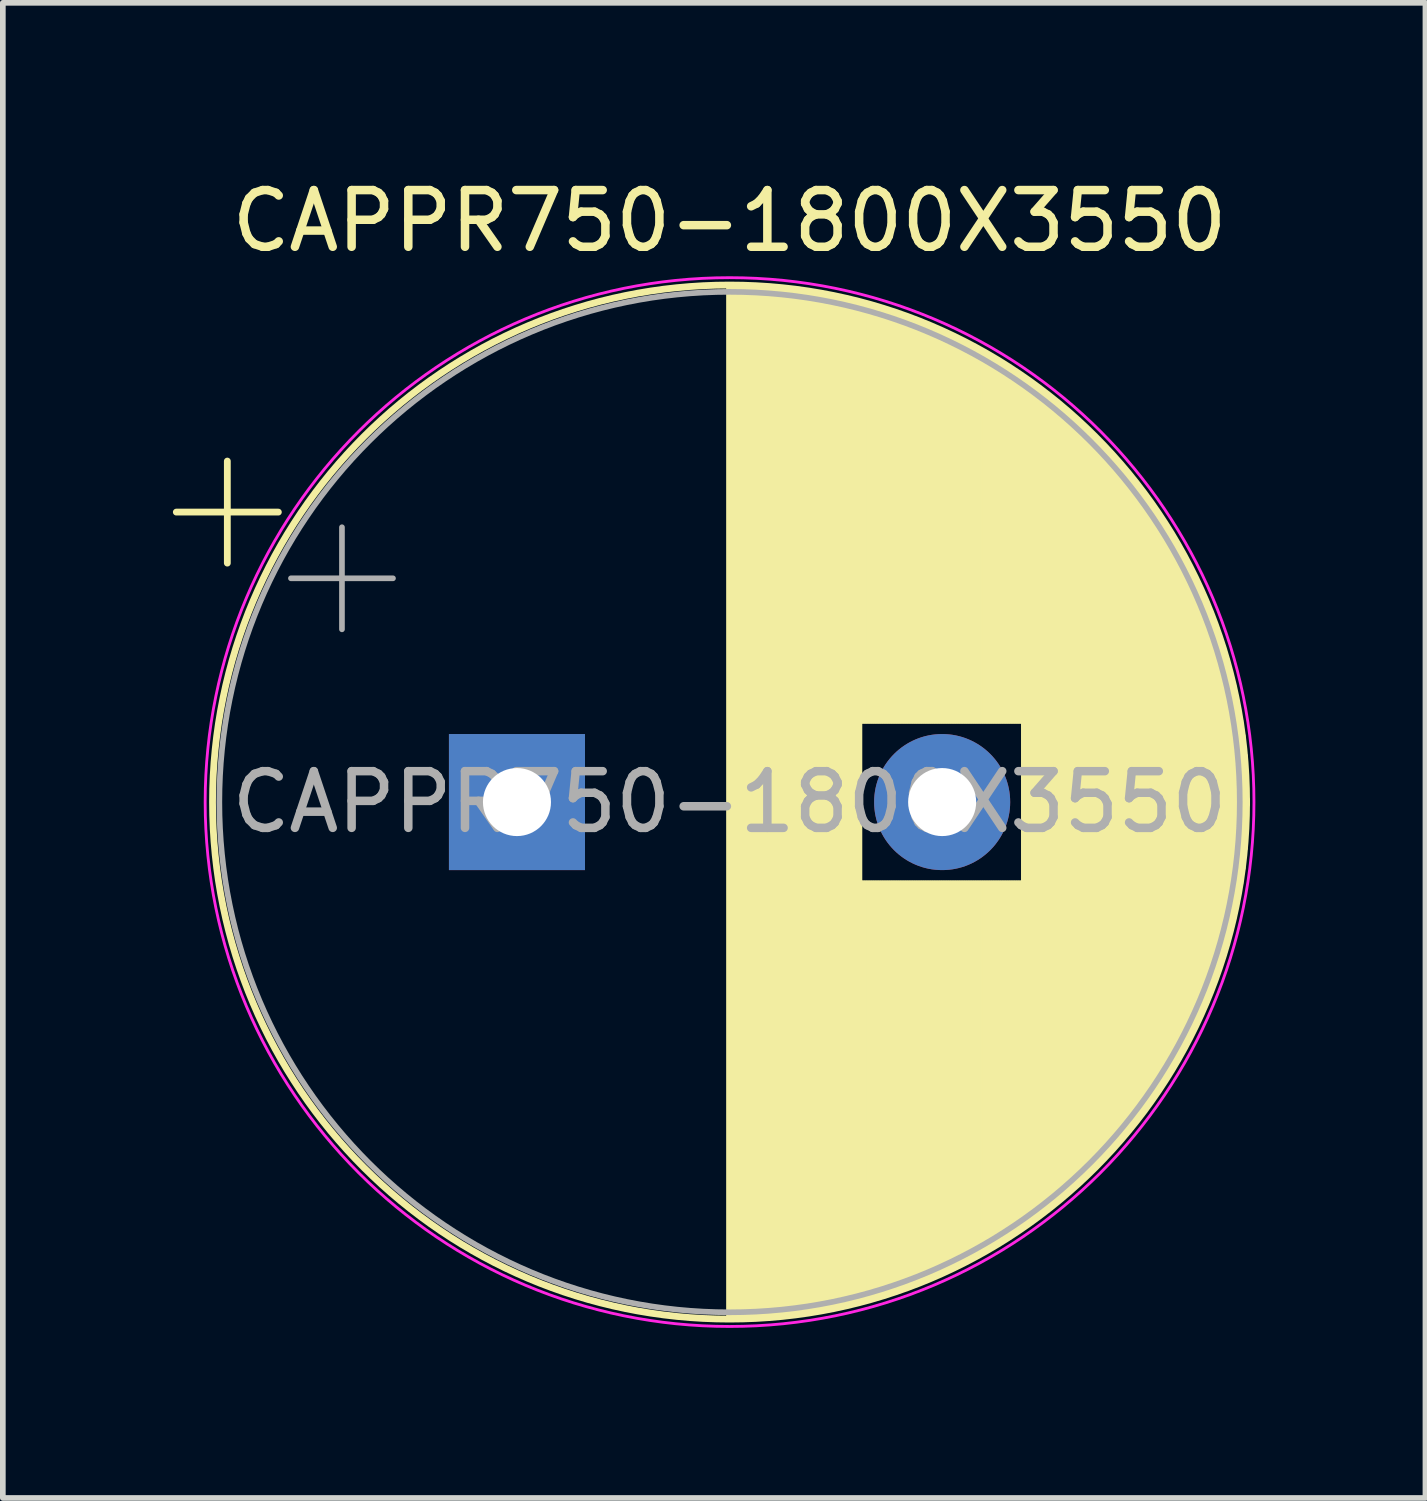
<source format=kicad_pcb>
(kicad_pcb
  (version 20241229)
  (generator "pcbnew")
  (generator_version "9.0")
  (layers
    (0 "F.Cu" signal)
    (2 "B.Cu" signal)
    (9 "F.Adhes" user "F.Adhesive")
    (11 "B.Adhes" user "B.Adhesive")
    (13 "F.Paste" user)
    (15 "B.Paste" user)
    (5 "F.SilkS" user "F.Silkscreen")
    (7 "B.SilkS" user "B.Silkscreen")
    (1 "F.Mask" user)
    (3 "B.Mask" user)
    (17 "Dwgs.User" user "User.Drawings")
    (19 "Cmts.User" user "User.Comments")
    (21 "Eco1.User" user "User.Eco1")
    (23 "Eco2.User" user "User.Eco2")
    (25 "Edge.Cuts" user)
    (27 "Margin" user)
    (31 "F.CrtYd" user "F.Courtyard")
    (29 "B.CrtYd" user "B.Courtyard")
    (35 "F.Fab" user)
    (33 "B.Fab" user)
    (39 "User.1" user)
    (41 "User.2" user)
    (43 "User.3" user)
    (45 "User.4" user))
  (footprint "CAPPR750-1800X3550"
    (layer "F.Cu")
    (at 6.069 11.098)
    (property "Reference" "CAPPR750-1800X3550" (at 3.75 -10.25 0) (layer "F.SilkS") (effects (font (size 1 1) (thickness 0.15))))
    (attr through_hole)
    (fp_line (start -6.009 -5.115) (end -4.209 -5.115) (stroke (width 0.12) (type solid)) (layer "F.SilkS"))
    (fp_line (start -5.109 -6.015) (end -5.109 -4.215) (stroke (width 0.12) (type solid)) (layer "F.SilkS"))
    (fp_line (start 3.75 -9.081) (end 3.75 9.081) (stroke (width 0.12) (type solid)) (layer "F.SilkS"))
    (fp_line (start 3.79 -9.08) (end 3.79 9.08) (stroke (width 0.12) (type solid)) (layer "F.SilkS"))
    (fp_line (start 3.83 -9.08) (end 3.83 9.08) (stroke (width 0.12) (type solid)) (layer "F.SilkS"))
    (fp_line (start 3.87 -9.08) (end 3.87 9.08) (stroke (width 0.12) (type solid)) (layer "F.SilkS"))
    (fp_line (start 3.91 -9.079) (end 3.91 9.079) (stroke (width 0.12) (type solid)) (layer "F.SilkS"))
    (fp_line (start 3.95 -9.078) (end 3.95 9.078) (stroke (width 0.12) (type solid)) (layer "F.SilkS"))
    (fp_line (start 3.99 -9.077) (end 3.99 9.077) (stroke (width 0.12) (type solid)) (layer "F.SilkS"))
    (fp_line (start 4.03 -9.076) (end 4.03 9.076) (stroke (width 0.12) (type solid)) (layer "F.SilkS"))
    (fp_line (start 4.07 -9.075) (end 4.07 9.075) (stroke (width 0.12) (type solid)) (layer "F.SilkS"))
    (fp_line (start 4.11 -9.073) (end 4.11 9.073) (stroke (width 0.12) (type solid)) (layer "F.SilkS"))
    (fp_line (start 4.15 -9.072) (end 4.15 9.072) (stroke (width 0.12) (type solid)) (layer "F.SilkS"))
    (fp_line (start 4.19 -9.07) (end 4.19 9.07) (stroke (width 0.12) (type solid)) (layer "F.SilkS"))
    (fp_line (start 4.23 -9.068) (end 4.23 9.068) (stroke (width 0.12) (type solid)) (layer "F.SilkS"))
    (fp_line (start 4.27 -9.066) (end 4.27 9.066) (stroke (width 0.12) (type solid)) (layer "F.SilkS"))
    (fp_line (start 4.31 -9.063) (end 4.31 9.063) (stroke (width 0.12) (type solid)) (layer "F.SilkS"))
    (fp_line (start 4.35 -9.061) (end 4.35 9.061) (stroke (width 0.12) (type solid)) (layer "F.SilkS"))
    (fp_line (start 4.39 -9.058) (end 4.39 9.058) (stroke (width 0.12) (type solid)) (layer "F.SilkS"))
    (fp_line (start 4.43 -9.055) (end 4.43 9.055) (stroke (width 0.12) (type solid)) (layer "F.SilkS"))
    (fp_line (start 4.471 -9.052) (end 4.471 9.052) (stroke (width 0.12) (type solid)) (layer "F.SilkS"))
    (fp_line (start 4.511 -9.049) (end 4.511 9.049) (stroke (width 0.12) (type solid)) (layer "F.SilkS"))
    (fp_line (start 4.551 -9.045) (end 4.551 9.045) (stroke (width 0.12) (type solid)) (layer "F.SilkS"))
    (fp_line (start 4.591 -9.042) (end 4.591 9.042) (stroke (width 0.12) (type solid)) (layer "F.SilkS"))
    (fp_line (start 4.631 -9.038) (end 4.631 9.038) (stroke (width 0.12) (type solid)) (layer "F.SilkS"))
    (fp_line (start 4.671 -9.034) (end 4.671 9.034) (stroke (width 0.12) (type solid)) (layer "F.SilkS"))
    (fp_line (start 4.711 -9.03) (end 4.711 9.03) (stroke (width 0.12) (type solid)) (layer "F.SilkS"))
    (fp_line (start 4.751 -9.026) (end 4.751 9.026) (stroke (width 0.12) (type solid)) (layer "F.SilkS"))
    (fp_line (start 4.791 -9.021) (end 4.791 9.021) (stroke (width 0.12) (type solid)) (layer "F.SilkS"))
    (fp_line (start 4.831 -9.016) (end 4.831 9.016) (stroke (width 0.12) (type solid)) (layer "F.SilkS"))
    (fp_line (start 4.871 -9.011) (end 4.871 9.011) (stroke (width 0.12) (type solid)) (layer "F.SilkS"))
    (fp_line (start 4.911 -9.006) (end 4.911 9.006) (stroke (width 0.12) (type solid)) (layer "F.SilkS"))
    (fp_line (start 4.951 -9.001) (end 4.951 9.001) (stroke (width 0.12) (type solid)) (layer "F.SilkS"))
    (fp_line (start 4.991 -8.996) (end 4.991 8.996) (stroke (width 0.12) (type solid)) (layer "F.SilkS"))
    (fp_line (start 5.031 -8.99) (end 5.031 8.99) (stroke (width 0.12) (type solid)) (layer "F.SilkS"))
    (fp_line (start 5.071 -8.984) (end 5.071 8.984) (stroke (width 0.12) (type solid)) (layer "F.SilkS"))
    (fp_line (start 5.111 -8.979) (end 5.111 8.979) (stroke (width 0.12) (type solid)) (layer "F.SilkS"))
    (fp_line (start 5.151 -8.972) (end 5.151 8.972) (stroke (width 0.12) (type solid)) (layer "F.SilkS"))
    (fp_line (start 5.191 -8.966) (end 5.191 8.966) (stroke (width 0.12) (type solid)) (layer "F.SilkS"))
    (fp_line (start 5.231 -8.96) (end 5.231 8.96) (stroke (width 0.12) (type solid)) (layer "F.SilkS"))
    (fp_line (start 5.271 -8.953) (end 5.271 8.953) (stroke (width 0.12) (type solid)) (layer "F.SilkS"))
    (fp_line (start 5.311 -8.946) (end 5.311 8.946) (stroke (width 0.12) (type solid)) (layer "F.SilkS"))
    (fp_line (start 5.351 -8.939) (end 5.351 8.939) (stroke (width 0.12) (type solid)) (layer "F.SilkS"))
    (fp_line (start 5.391 -8.932) (end 5.391 8.932) (stroke (width 0.12) (type solid)) (layer "F.SilkS"))
    (fp_line (start 5.431 -8.924) (end 5.431 8.924) (stroke (width 0.12) (type solid)) (layer "F.SilkS"))
    (fp_line (start 5.471 -8.917) (end 5.471 8.917) (stroke (width 0.12) (type solid)) (layer "F.SilkS"))
    (fp_line (start 5.511 -8.909) (end 5.511 8.909) (stroke (width 0.12) (type solid)) (layer "F.SilkS"))
    (fp_line (start 5.551 -8.901) (end 5.551 8.901) (stroke (width 0.12) (type solid)) (layer "F.SilkS"))
    (fp_line (start 5.591 -8.893) (end 5.591 8.893) (stroke (width 0.12) (type solid)) (layer "F.SilkS"))
    (fp_line (start 5.631 -8.885) (end 5.631 8.885) (stroke (width 0.12) (type solid)) (layer "F.SilkS"))
    (fp_line (start 5.671 -8.876) (end 5.671 8.876) (stroke (width 0.12) (type solid)) (layer "F.SilkS"))
    (fp_line (start 5.711 -8.867) (end 5.711 8.867) (stroke (width 0.12) (type solid)) (layer "F.SilkS"))
    (fp_line (start 5.751 -8.858) (end 5.751 8.858) (stroke (width 0.12) (type solid)) (layer "F.SilkS"))
    (fp_line (start 5.791 -8.849) (end 5.791 8.849) (stroke (width 0.12) (type solid)) (layer "F.SilkS"))
    (fp_line (start 5.831 -8.84) (end 5.831 8.84) (stroke (width 0.12) (type solid)) (layer "F.SilkS"))
    (fp_line (start 5.871 -8.831) (end 5.871 8.831) (stroke (width 0.12) (type solid)) (layer "F.SilkS"))
    (fp_line (start 5.911 -8.821) (end 5.911 8.821) (stroke (width 0.12) (type solid)) (layer "F.SilkS"))
    (fp_line (start 5.951 -8.811) (end 5.951 8.811) (stroke (width 0.12) (type solid)) (layer "F.SilkS"))
    (fp_line (start 5.991 -8.801) (end 5.991 8.801) (stroke (width 0.12) (type solid)) (layer "F.SilkS"))
    (fp_line (start 6.031 -8.791) (end 6.031 8.791) (stroke (width 0.12) (type solid)) (layer "F.SilkS"))
    (fp_line (start 6.071 -8.78) (end 6.071 -1.44) (stroke (width 0.12) (type solid)) (layer "F.SilkS"))
    (fp_line (start 6.071 1.44) (end 6.071 8.78) (stroke (width 0.12) (type solid)) (layer "F.SilkS"))
    (fp_line (start 6.111 -8.77) (end 6.111 -1.44) (stroke (width 0.12) (type solid)) (layer "F.SilkS"))
    (fp_line (start 6.111 1.44) (end 6.111 8.77) (stroke (width 0.12) (type solid)) (layer "F.SilkS"))
    (fp_line (start 6.151 -8.759) (end 6.151 -1.44) (stroke (width 0.12) (type solid)) (layer "F.SilkS"))
    (fp_line (start 6.151 1.44) (end 6.151 8.759) (stroke (width 0.12) (type solid)) (layer "F.SilkS"))
    (fp_line (start 6.191 -8.748) (end 6.191 -1.44) (stroke (width 0.12) (type solid)) (layer "F.SilkS"))
    (fp_line (start 6.191 1.44) (end 6.191 8.748) (stroke (width 0.12) (type solid)) (layer "F.SilkS"))
    (fp_line (start 6.231 -8.737) (end 6.231 -1.44) (stroke (width 0.12) (type solid)) (layer "F.SilkS"))
    (fp_line (start 6.231 1.44) (end 6.231 8.737) (stroke (width 0.12) (type solid)) (layer "F.SilkS"))
    (fp_line (start 6.271 -8.725) (end 6.271 -1.44) (stroke (width 0.12) (type solid)) (layer "F.SilkS"))
    (fp_line (start 6.271 1.44) (end 6.271 8.725) (stroke (width 0.12) (type solid)) (layer "F.SilkS"))
    (fp_line (start 6.311 -8.714) (end 6.311 -1.44) (stroke (width 0.12) (type solid)) (layer "F.SilkS"))
    (fp_line (start 6.311 1.44) (end 6.311 8.714) (stroke (width 0.12) (type solid)) (layer "F.SilkS"))
    (fp_line (start 6.351 -8.702) (end 6.351 -1.44) (stroke (width 0.12) (type solid)) (layer "F.SilkS"))
    (fp_line (start 6.351 1.44) (end 6.351 8.702) (stroke (width 0.12) (type solid)) (layer "F.SilkS"))
    (fp_line (start 6.391 -8.69) (end 6.391 -1.44) (stroke (width 0.12) (type solid)) (layer "F.SilkS"))
    (fp_line (start 6.391 1.44) (end 6.391 8.69) (stroke (width 0.12) (type solid)) (layer "F.SilkS"))
    (fp_line (start 6.431 -8.678) (end 6.431 -1.44) (stroke (width 0.12) (type solid)) (layer "F.SilkS"))
    (fp_line (start 6.431 1.44) (end 6.431 8.678) (stroke (width 0.12) (type solid)) (layer "F.SilkS"))
    (fp_line (start 6.471 -8.665) (end 6.471 -1.44) (stroke (width 0.12) (type solid)) (layer "F.SilkS"))
    (fp_line (start 6.471 1.44) (end 6.471 8.665) (stroke (width 0.12) (type solid)) (layer "F.SilkS"))
    (fp_line (start 6.511 -8.653) (end 6.511 -1.44) (stroke (width 0.12) (type solid)) (layer "F.SilkS"))
    (fp_line (start 6.511 1.44) (end 6.511 8.653) (stroke (width 0.12) (type solid)) (layer "F.SilkS"))
    (fp_line (start 6.551 -8.64) (end 6.551 -1.44) (stroke (width 0.12) (type solid)) (layer "F.SilkS"))
    (fp_line (start 6.551 1.44) (end 6.551 8.64) (stroke (width 0.12) (type solid)) (layer "F.SilkS"))
    (fp_line (start 6.591 -8.627) (end 6.591 -1.44) (stroke (width 0.12) (type solid)) (layer "F.SilkS"))
    (fp_line (start 6.591 1.44) (end 6.591 8.627) (stroke (width 0.12) (type solid)) (layer "F.SilkS"))
    (fp_line (start 6.631 -8.614) (end 6.631 -1.44) (stroke (width 0.12) (type solid)) (layer "F.SilkS"))
    (fp_line (start 6.631 1.44) (end 6.631 8.614) (stroke (width 0.12) (type solid)) (layer "F.SilkS"))
    (fp_line (start 6.671 -8.6) (end 6.671 -1.44) (stroke (width 0.12) (type solid)) (layer "F.SilkS"))
    (fp_line (start 6.671 1.44) (end 6.671 8.6) (stroke (width 0.12) (type solid)) (layer "F.SilkS"))
    (fp_line (start 6.711 -8.587) (end 6.711 -1.44) (stroke (width 0.12) (type solid)) (layer "F.SilkS"))
    (fp_line (start 6.711 1.44) (end 6.711 8.587) (stroke (width 0.12) (type solid)) (layer "F.SilkS"))
    (fp_line (start 6.751 -8.573) (end 6.751 -1.44) (stroke (width 0.12) (type solid)) (layer "F.SilkS"))
    (fp_line (start 6.751 1.44) (end 6.751 8.573) (stroke (width 0.12) (type solid)) (layer "F.SilkS"))
    (fp_line (start 6.791 -8.559) (end 6.791 -1.44) (stroke (width 0.12) (type solid)) (layer "F.SilkS"))
    (fp_line (start 6.791 1.44) (end 6.791 8.559) (stroke (width 0.12) (type solid)) (layer "F.SilkS"))
    (fp_line (start 6.831 -8.545) (end 6.831 -1.44) (stroke (width 0.12) (type solid)) (layer "F.SilkS"))
    (fp_line (start 6.831 1.44) (end 6.831 8.545) (stroke (width 0.12) (type solid)) (layer "F.SilkS"))
    (fp_line (start 6.871 -8.53) (end 6.871 -1.44) (stroke (width 0.12) (type solid)) (layer "F.SilkS"))
    (fp_line (start 6.871 1.44) (end 6.871 8.53) (stroke (width 0.12) (type solid)) (layer "F.SilkS"))
    (fp_line (start 6.911 -8.516) (end 6.911 -1.44) (stroke (width 0.12) (type solid)) (layer "F.SilkS"))
    (fp_line (start 6.911 1.44) (end 6.911 8.516) (stroke (width 0.12) (type solid)) (layer "F.SilkS"))
    (fp_line (start 6.951 -8.501) (end 6.951 -1.44) (stroke (width 0.12) (type solid)) (layer "F.SilkS"))
    (fp_line (start 6.951 1.44) (end 6.951 8.501) (stroke (width 0.12) (type solid)) (layer "F.SilkS"))
    (fp_line (start 6.991 -8.486) (end 6.991 -1.44) (stroke (width 0.12) (type solid)) (layer "F.SilkS"))
    (fp_line (start 6.991 1.44) (end 6.991 8.486) (stroke (width 0.12) (type solid)) (layer "F.SilkS"))
    (fp_line (start 7.031 -8.47) (end 7.031 -1.44) (stroke (width 0.12) (type solid)) (layer "F.SilkS"))
    (fp_line (start 7.031 1.44) (end 7.031 8.47) (stroke (width 0.12) (type solid)) (layer "F.SilkS"))
    (fp_line (start 7.071 -8.455) (end 7.071 -1.44) (stroke (width 0.12) (type solid)) (layer "F.SilkS"))
    (fp_line (start 7.071 1.44) (end 7.071 8.455) (stroke (width 0.12) (type solid)) (layer "F.SilkS"))
    (fp_line (start 7.111 -8.439) (end 7.111 -1.44) (stroke (width 0.12) (type solid)) (layer "F.SilkS"))
    (fp_line (start 7.111 1.44) (end 7.111 8.439) (stroke (width 0.12) (type solid)) (layer "F.SilkS"))
    (fp_line (start 7.151 -8.423) (end 7.151 -1.44) (stroke (width 0.12) (type solid)) (layer "F.SilkS"))
    (fp_line (start 7.151 1.44) (end 7.151 8.423) (stroke (width 0.12) (type solid)) (layer "F.SilkS"))
    (fp_line (start 7.191 -8.407) (end 7.191 -1.44) (stroke (width 0.12) (type solid)) (layer "F.SilkS"))
    (fp_line (start 7.191 1.44) (end 7.191 8.407) (stroke (width 0.12) (type solid)) (layer "F.SilkS"))
    (fp_line (start 7.231 -8.39) (end 7.231 -1.44) (stroke (width 0.12) (type solid)) (layer "F.SilkS"))
    (fp_line (start 7.231 1.44) (end 7.231 8.39) (stroke (width 0.12) (type solid)) (layer "F.SilkS"))
    (fp_line (start 7.271 -8.374) (end 7.271 -1.44) (stroke (width 0.12) (type solid)) (layer "F.SilkS"))
    (fp_line (start 7.271 1.44) (end 7.271 8.374) (stroke (width 0.12) (type solid)) (layer "F.SilkS"))
    (fp_line (start 7.311 -8.357) (end 7.311 -1.44) (stroke (width 0.12) (type solid)) (layer "F.SilkS"))
    (fp_line (start 7.311 1.44) (end 7.311 8.357) (stroke (width 0.12) (type solid)) (layer "F.SilkS"))
    (fp_line (start 7.351 -8.34) (end 7.351 -1.44) (stroke (width 0.12) (type solid)) (layer "F.SilkS"))
    (fp_line (start 7.351 1.44) (end 7.351 8.34) (stroke (width 0.12) (type solid)) (layer "F.SilkS"))
    (fp_line (start 7.391 -8.323) (end 7.391 -1.44) (stroke (width 0.12) (type solid)) (layer "F.SilkS"))
    (fp_line (start 7.391 1.44) (end 7.391 8.323) (stroke (width 0.12) (type solid)) (layer "F.SilkS"))
    (fp_line (start 7.431 -8.305) (end 7.431 -1.44) (stroke (width 0.12) (type solid)) (layer "F.SilkS"))
    (fp_line (start 7.431 1.44) (end 7.431 8.305) (stroke (width 0.12) (type solid)) (layer "F.SilkS"))
    (fp_line (start 7.471 -8.287) (end 7.471 -1.44) (stroke (width 0.12) (type solid)) (layer "F.SilkS"))
    (fp_line (start 7.471 1.44) (end 7.471 8.287) (stroke (width 0.12) (type solid)) (layer "F.SilkS"))
    (fp_line (start 7.511 -8.269) (end 7.511 -1.44) (stroke (width 0.12) (type solid)) (layer "F.SilkS"))
    (fp_line (start 7.511 1.44) (end 7.511 8.269) (stroke (width 0.12) (type solid)) (layer "F.SilkS"))
    (fp_line (start 7.551 -8.251) (end 7.551 -1.44) (stroke (width 0.12) (type solid)) (layer "F.SilkS"))
    (fp_line (start 7.551 1.44) (end 7.551 8.251) (stroke (width 0.12) (type solid)) (layer "F.SilkS"))
    (fp_line (start 7.591 -8.233) (end 7.591 -1.44) (stroke (width 0.12) (type solid)) (layer "F.SilkS"))
    (fp_line (start 7.591 1.44) (end 7.591 8.233) (stroke (width 0.12) (type solid)) (layer "F.SilkS"))
    (fp_line (start 7.631 -8.214) (end 7.631 -1.44) (stroke (width 0.12) (type solid)) (layer "F.SilkS"))
    (fp_line (start 7.631 1.44) (end 7.631 8.214) (stroke (width 0.12) (type solid)) (layer "F.SilkS"))
    (fp_line (start 7.671 -8.195) (end 7.671 -1.44) (stroke (width 0.12) (type solid)) (layer "F.SilkS"))
    (fp_line (start 7.671 1.44) (end 7.671 8.195) (stroke (width 0.12) (type solid)) (layer "F.SilkS"))
    (fp_line (start 7.711 -8.176) (end 7.711 -1.44) (stroke (width 0.12) (type solid)) (layer "F.SilkS"))
    (fp_line (start 7.711 1.44) (end 7.711 8.176) (stroke (width 0.12) (type solid)) (layer "F.SilkS"))
    (fp_line (start 7.751 -8.156) (end 7.751 -1.44) (stroke (width 0.12) (type solid)) (layer "F.SilkS"))
    (fp_line (start 7.751 1.44) (end 7.751 8.156) (stroke (width 0.12) (type solid)) (layer "F.SilkS"))
    (fp_line (start 7.791 -8.137) (end 7.791 -1.44) (stroke (width 0.12) (type solid)) (layer "F.SilkS"))
    (fp_line (start 7.791 1.44) (end 7.791 8.137) (stroke (width 0.12) (type solid)) (layer "F.SilkS"))
    (fp_line (start 7.831 -8.117) (end 7.831 -1.44) (stroke (width 0.12) (type solid)) (layer "F.SilkS"))
    (fp_line (start 7.831 1.44) (end 7.831 8.117) (stroke (width 0.12) (type solid)) (layer "F.SilkS"))
    (fp_line (start 7.871 -8.097) (end 7.871 -1.44) (stroke (width 0.12) (type solid)) (layer "F.SilkS"))
    (fp_line (start 7.871 1.44) (end 7.871 8.097) (stroke (width 0.12) (type solid)) (layer "F.SilkS"))
    (fp_line (start 7.911 -8.076) (end 7.911 -1.44) (stroke (width 0.12) (type solid)) (layer "F.SilkS"))
    (fp_line (start 7.911 1.44) (end 7.911 8.076) (stroke (width 0.12) (type solid)) (layer "F.SilkS"))
    (fp_line (start 7.951 -8.056) (end 7.951 -1.44) (stroke (width 0.12) (type solid)) (layer "F.SilkS"))
    (fp_line (start 7.951 1.44) (end 7.951 8.056) (stroke (width 0.12) (type solid)) (layer "F.SilkS"))
    (fp_line (start 7.991 -8.035) (end 7.991 -1.44) (stroke (width 0.12) (type solid)) (layer "F.SilkS"))
    (fp_line (start 7.991 1.44) (end 7.991 8.035) (stroke (width 0.12) (type solid)) (layer "F.SilkS"))
    (fp_line (start 8.031 -8.014) (end 8.031 -1.44) (stroke (width 0.12) (type solid)) (layer "F.SilkS"))
    (fp_line (start 8.031 1.44) (end 8.031 8.014) (stroke (width 0.12) (type solid)) (layer "F.SilkS"))
    (fp_line (start 8.071 -7.992) (end 8.071 -1.44) (stroke (width 0.12) (type solid)) (layer "F.SilkS"))
    (fp_line (start 8.071 1.44) (end 8.071 7.992) (stroke (width 0.12) (type solid)) (layer "F.SilkS"))
    (fp_line (start 8.111 -7.971) (end 8.111 -1.44) (stroke (width 0.12) (type solid)) (layer "F.SilkS"))
    (fp_line (start 8.111 1.44) (end 8.111 7.971) (stroke (width 0.12) (type solid)) (layer "F.SilkS"))
    (fp_line (start 8.151 -7.949) (end 8.151 -1.44) (stroke (width 0.12) (type solid)) (layer "F.SilkS"))
    (fp_line (start 8.151 1.44) (end 8.151 7.949) (stroke (width 0.12) (type solid)) (layer "F.SilkS"))
    (fp_line (start 8.191 -7.927) (end 8.191 -1.44) (stroke (width 0.12) (type solid)) (layer "F.SilkS"))
    (fp_line (start 8.191 1.44) (end 8.191 7.927) (stroke (width 0.12) (type solid)) (layer "F.SilkS"))
    (fp_line (start 8.231 -7.904) (end 8.231 -1.44) (stroke (width 0.12) (type solid)) (layer "F.SilkS"))
    (fp_line (start 8.231 1.44) (end 8.231 7.904) (stroke (width 0.12) (type solid)) (layer "F.SilkS"))
    (fp_line (start 8.271 -7.882) (end 8.271 -1.44) (stroke (width 0.12) (type solid)) (layer "F.SilkS"))
    (fp_line (start 8.271 1.44) (end 8.271 7.882) (stroke (width 0.12) (type solid)) (layer "F.SilkS"))
    (fp_line (start 8.311 -7.859) (end 8.311 -1.44) (stroke (width 0.12) (type solid)) (layer "F.SilkS"))
    (fp_line (start 8.311 1.44) (end 8.311 7.859) (stroke (width 0.12) (type solid)) (layer "F.SilkS"))
    (fp_line (start 8.351 -7.835) (end 8.351 -1.44) (stroke (width 0.12) (type solid)) (layer "F.SilkS"))
    (fp_line (start 8.351 1.44) (end 8.351 7.835) (stroke (width 0.12) (type solid)) (layer "F.SilkS"))
    (fp_line (start 8.391 -7.812) (end 8.391 -1.44) (stroke (width 0.12) (type solid)) (layer "F.SilkS"))
    (fp_line (start 8.391 1.44) (end 8.391 7.812) (stroke (width 0.12) (type solid)) (layer "F.SilkS"))
    (fp_line (start 8.431 -7.788) (end 8.431 -1.44) (stroke (width 0.12) (type solid)) (layer "F.SilkS"))
    (fp_line (start 8.431 1.44) (end 8.431 7.788) (stroke (width 0.12) (type solid)) (layer "F.SilkS"))
    (fp_line (start 8.471 -7.764) (end 8.471 -1.44) (stroke (width 0.12) (type solid)) (layer "F.SilkS"))
    (fp_line (start 8.471 1.44) (end 8.471 7.764) (stroke (width 0.12) (type solid)) (layer "F.SilkS"))
    (fp_line (start 8.511 -7.74) (end 8.511 -1.44) (stroke (width 0.12) (type solid)) (layer "F.SilkS"))
    (fp_line (start 8.511 1.44) (end 8.511 7.74) (stroke (width 0.12) (type solid)) (layer "F.SilkS"))
    (fp_line (start 8.551 -7.715) (end 8.551 -1.44) (stroke (width 0.12) (type solid)) (layer "F.SilkS"))
    (fp_line (start 8.551 1.44) (end 8.551 7.715) (stroke (width 0.12) (type solid)) (layer "F.SilkS"))
    (fp_line (start 8.591 -7.69) (end 8.591 -1.44) (stroke (width 0.12) (type solid)) (layer "F.SilkS"))
    (fp_line (start 8.591 1.44) (end 8.591 7.69) (stroke (width 0.12) (type solid)) (layer "F.SilkS"))
    (fp_line (start 8.631 -7.665) (end 8.631 -1.44) (stroke (width 0.12) (type solid)) (layer "F.SilkS"))
    (fp_line (start 8.631 1.44) (end 8.631 7.665) (stroke (width 0.12) (type solid)) (layer "F.SilkS"))
    (fp_line (start 8.671 -7.64) (end 8.671 -1.44) (stroke (width 0.12) (type solid)) (layer "F.SilkS"))
    (fp_line (start 8.671 1.44) (end 8.671 7.64) (stroke (width 0.12) (type solid)) (layer "F.SilkS"))
    (fp_line (start 8.711 -7.614) (end 8.711 -1.44) (stroke (width 0.12) (type solid)) (layer "F.SilkS"))
    (fp_line (start 8.711 1.44) (end 8.711 7.614) (stroke (width 0.12) (type solid)) (layer "F.SilkS"))
    (fp_line (start 8.751 -7.588) (end 8.751 -1.44) (stroke (width 0.12) (type solid)) (layer "F.SilkS"))
    (fp_line (start 8.751 1.44) (end 8.751 7.588) (stroke (width 0.12) (type solid)) (layer "F.SilkS"))
    (fp_line (start 8.791 -7.561) (end 8.791 -1.44) (stroke (width 0.12) (type solid)) (layer "F.SilkS"))
    (fp_line (start 8.791 1.44) (end 8.791 7.561) (stroke (width 0.12) (type solid)) (layer "F.SilkS"))
    (fp_line (start 8.831 -7.535) (end 8.831 -1.44) (stroke (width 0.12) (type solid)) (layer "F.SilkS"))
    (fp_line (start 8.831 1.44) (end 8.831 7.535) (stroke (width 0.12) (type solid)) (layer "F.SilkS"))
    (fp_line (start 8.871 -7.508) (end 8.871 -1.44) (stroke (width 0.12) (type solid)) (layer "F.SilkS"))
    (fp_line (start 8.871 1.44) (end 8.871 7.508) (stroke (width 0.12) (type solid)) (layer "F.SilkS"))
    (fp_line (start 8.911 -7.48) (end 8.911 -1.44) (stroke (width 0.12) (type solid)) (layer "F.SilkS"))
    (fp_line (start 8.911 1.44) (end 8.911 7.48) (stroke (width 0.12) (type solid)) (layer "F.SilkS"))
    (fp_line (start 8.951 -7.453) (end 8.951 7.453) (stroke (width 0.12) (type solid)) (layer "F.SilkS"))
    (fp_line (start 8.991 -7.425) (end 8.991 7.425) (stroke (width 0.12) (type solid)) (layer "F.SilkS"))
    (fp_line (start 9.031 -7.397) (end 9.031 7.397) (stroke (width 0.12) (type solid)) (layer "F.SilkS"))
    (fp_line (start 9.071 -7.368) (end 9.071 7.368) (stroke (width 0.12) (type solid)) (layer "F.SilkS"))
    (fp_line (start 9.111 -7.339) (end 9.111 7.339) (stroke (width 0.12) (type solid)) (layer "F.SilkS"))
    (fp_line (start 9.151 -7.31) (end 9.151 7.31) (stroke (width 0.12) (type solid)) (layer "F.SilkS"))
    (fp_line (start 9.191 -7.28) (end 9.191 7.28) (stroke (width 0.12) (type solid)) (layer "F.SilkS"))
    (fp_line (start 9.231 -7.25) (end 9.231 7.25) (stroke (width 0.12) (type solid)) (layer "F.SilkS"))
    (fp_line (start 9.271 -7.22) (end 9.271 7.22) (stroke (width 0.12) (type solid)) (layer "F.SilkS"))
    (fp_line (start 9.311 -7.19) (end 9.311 7.19) (stroke (width 0.12) (type solid)) (layer "F.SilkS"))
    (fp_line (start 9.351 -7.159) (end 9.351 7.159) (stroke (width 0.12) (type solid)) (layer "F.SilkS"))
    (fp_line (start 9.391 -7.127) (end 9.391 7.127) (stroke (width 0.12) (type solid)) (layer "F.SilkS"))
    (fp_line (start 9.431 -7.096) (end 9.431 7.096) (stroke (width 0.12) (type solid)) (layer "F.SilkS"))
    (fp_line (start 9.471 -7.064) (end 9.471 7.064) (stroke (width 0.12) (type solid)) (layer "F.SilkS"))
    (fp_line (start 9.511 -7.031) (end 9.511 7.031) (stroke (width 0.12) (type solid)) (layer "F.SilkS"))
    (fp_line (start 9.551 -6.999) (end 9.551 6.999) (stroke (width 0.12) (type solid)) (layer "F.SilkS"))
    (fp_line (start 9.591 -6.965) (end 9.591 6.965) (stroke (width 0.12) (type solid)) (layer "F.SilkS"))
    (fp_line (start 9.631 -6.932) (end 9.631 6.932) (stroke (width 0.12) (type solid)) (layer "F.SilkS"))
    (fp_line (start 9.671 -6.898) (end 9.671 6.898) (stroke (width 0.12) (type solid)) (layer "F.SilkS"))
    (fp_line (start 9.711 -6.864) (end 9.711 6.864) (stroke (width 0.12) (type solid)) (layer "F.SilkS"))
    (fp_line (start 9.751 -6.829) (end 9.751 6.829) (stroke (width 0.12) (type solid)) (layer "F.SilkS"))
    (fp_line (start 9.791 -6.794) (end 9.791 6.794) (stroke (width 0.12) (type solid)) (layer "F.SilkS"))
    (fp_line (start 9.831 -6.758) (end 9.831 6.758) (stroke (width 0.12) (type solid)) (layer "F.SilkS"))
    (fp_line (start 9.871 -6.722) (end 9.871 6.722) (stroke (width 0.12) (type solid)) (layer "F.SilkS"))
    (fp_line (start 9.911 -6.686) (end 9.911 6.686) (stroke (width 0.12) (type solid)) (layer "F.SilkS"))
    (fp_line (start 9.951 -6.649) (end 9.951 6.649) (stroke (width 0.12) (type solid)) (layer "F.SilkS"))
    (fp_line (start 9.991 -6.612) (end 9.991 6.612) (stroke (width 0.12) (type solid)) (layer "F.SilkS"))
    (fp_line (start 10.031 -6.574) (end 10.031 6.574) (stroke (width 0.12) (type solid)) (layer "F.SilkS"))
    (fp_line (start 10.071 -6.536) (end 10.071 6.536) (stroke (width 0.12) (type solid)) (layer "F.SilkS"))
    (fp_line (start 10.111 -6.497) (end 10.111 6.497) (stroke (width 0.12) (type solid)) (layer "F.SilkS"))
    (fp_line (start 10.151 -6.458) (end 10.151 6.458) (stroke (width 0.12) (type solid)) (layer "F.SilkS"))
    (fp_line (start 10.191 -6.418) (end 10.191 6.418) (stroke (width 0.12) (type solid)) (layer "F.SilkS"))
    (fp_line (start 10.231 -6.378) (end 10.231 6.378) (stroke (width 0.12) (type solid)) (layer "F.SilkS"))
    (fp_line (start 10.271 -6.337) (end 10.271 6.337) (stroke (width 0.12) (type solid)) (layer "F.SilkS"))
    (fp_line (start 10.311 -6.296) (end 10.311 6.296) (stroke (width 0.12) (type solid)) (layer "F.SilkS"))
    (fp_line (start 10.351 -6.254) (end 10.351 6.254) (stroke (width 0.12) (type solid)) (layer "F.SilkS"))
    (fp_line (start 10.391 -6.212) (end 10.391 6.212) (stroke (width 0.12) (type solid)) (layer "F.SilkS"))
    (fp_line (start 10.431 -6.17) (end 10.431 6.17) (stroke (width 0.12) (type solid)) (layer "F.SilkS"))
    (fp_line (start 10.471 -6.126) (end 10.471 6.126) (stroke (width 0.12) (type solid)) (layer "F.SilkS"))
    (fp_line (start 10.511 -6.082) (end 10.511 6.082) (stroke (width 0.12) (type solid)) (layer "F.SilkS"))
    (fp_line (start 10.551 -6.038) (end 10.551 6.038) (stroke (width 0.12) (type solid)) (layer "F.SilkS"))
    (fp_line (start 10.591 -5.993) (end 10.591 5.993) (stroke (width 0.12) (type solid)) (layer "F.SilkS"))
    (fp_line (start 10.631 -5.947) (end 10.631 5.947) (stroke (width 0.12) (type solid)) (layer "F.SilkS"))
    (fp_line (start 10.671 -5.901) (end 10.671 5.901) (stroke (width 0.12) (type solid)) (layer "F.SilkS"))
    (fp_line (start 10.711 -5.854) (end 10.711 5.854) (stroke (width 0.12) (type solid)) (layer "F.SilkS"))
    (fp_line (start 10.751 -5.806) (end 10.751 5.806) (stroke (width 0.12) (type solid)) (layer "F.SilkS"))
    (fp_line (start 10.791 -5.758) (end 10.791 5.758) (stroke (width 0.12) (type solid)) (layer "F.SilkS"))
    (fp_line (start 10.831 -5.709) (end 10.831 5.709) (stroke (width 0.12) (type solid)) (layer "F.SilkS"))
    (fp_line (start 10.871 -5.66) (end 10.871 5.66) (stroke (width 0.12) (type solid)) (layer "F.SilkS"))
    (fp_line (start 10.911 -5.609) (end 10.911 5.609) (stroke (width 0.12) (type solid)) (layer "F.SilkS"))
    (fp_line (start 10.951 -5.558) (end 10.951 5.558) (stroke (width 0.12) (type solid)) (layer "F.SilkS"))
    (fp_line (start 10.991 -5.506) (end 10.991 5.506) (stroke (width 0.12) (type solid)) (layer "F.SilkS"))
    (fp_line (start 11.031 -5.454) (end 11.031 5.454) (stroke (width 0.12) (type solid)) (layer "F.SilkS"))
    (fp_line (start 11.071 -5.4) (end 11.071 5.4) (stroke (width 0.12) (type solid)) (layer "F.SilkS"))
    (fp_line (start 11.111 -5.346) (end 11.111 5.346) (stroke (width 0.12) (type solid)) (layer "F.SilkS"))
    (fp_line (start 11.151 -5.291) (end 11.151 5.291) (stroke (width 0.12) (type solid)) (layer "F.SilkS"))
    (fp_line (start 11.191 -5.235) (end 11.191 5.235) (stroke (width 0.12) (type solid)) (layer "F.SilkS"))
    (fp_line (start 11.231 -5.178) (end 11.231 5.178) (stroke (width 0.12) (type solid)) (layer "F.SilkS"))
    (fp_line (start 11.271 -5.12) (end 11.271 5.12) (stroke (width 0.12) (type solid)) (layer "F.SilkS"))
    (fp_line (start 11.311 -5.062) (end 11.311 5.062) (stroke (width 0.12) (type solid)) (layer "F.SilkS"))
    (fp_line (start 11.351 -5.002) (end 11.351 5.002) (stroke (width 0.12) (type solid)) (layer "F.SilkS"))
    (fp_line (start 11.391 -4.941) (end 11.391 4.941) (stroke (width 0.12) (type solid)) (layer "F.SilkS"))
    (fp_line (start 11.431 -4.879) (end 11.431 4.879) (stroke (width 0.12) (type solid)) (layer "F.SilkS"))
    (fp_line (start 11.471 -4.816) (end 11.471 4.816) (stroke (width 0.12) (type solid)) (layer "F.SilkS"))
    (fp_line (start 11.511 -4.752) (end 11.511 4.752) (stroke (width 0.12) (type solid)) (layer "F.SilkS"))
    (fp_line (start 11.551 -4.686) (end 11.551 4.686) (stroke (width 0.12) (type solid)) (layer "F.SilkS"))
    (fp_line (start 11.591 -4.62) (end 11.591 4.62) (stroke (width 0.12) (type solid)) (layer "F.SilkS"))
    (fp_line (start 11.631 -4.552) (end 11.631 4.552) (stroke (width 0.12) (type solid)) (layer "F.SilkS"))
    (fp_line (start 11.671 -4.482) (end 11.671 4.482) (stroke (width 0.12) (type solid)) (layer "F.SilkS"))
    (fp_line (start 11.711 -4.412) (end 11.711 4.412) (stroke (width 0.12) (type solid)) (layer "F.SilkS"))
    (fp_line (start 11.751 -4.339) (end 11.751 4.339) (stroke (width 0.12) (type solid)) (layer "F.SilkS"))
    (fp_line (start 11.791 -4.265) (end 11.791 4.265) (stroke (width 0.12) (type solid)) (layer "F.SilkS"))
    (fp_line (start 11.831 -4.19) (end 11.831 4.19) (stroke (width 0.12) (type solid)) (layer "F.SilkS"))
    (fp_line (start 11.871 -4.113) (end 11.871 4.113) (stroke (width 0.12) (type solid)) (layer "F.SilkS"))
    (fp_line (start 11.911 -4.033) (end 11.911 4.033) (stroke (width 0.12) (type solid)) (layer "F.SilkS"))
    (fp_line (start 11.95 -3.952) (end 11.95 3.952) (stroke (width 0.12) (type solid)) (layer "F.SilkS"))
    (fp_line (start 11.99 -3.869) (end 11.99 3.869) (stroke (width 0.12) (type solid)) (layer "F.SilkS"))
    (fp_line (start 12.03 -3.784) (end 12.03 3.784) (stroke (width 0.12) (type solid)) (layer "F.SilkS"))
    (fp_line (start 12.07 -3.696) (end 12.07 3.696) (stroke (width 0.12) (type solid)) (layer "F.SilkS"))
    (fp_line (start 12.11 -3.605) (end 12.11 3.605) (stroke (width 0.12) (type solid)) (layer "F.SilkS"))
    (fp_line (start 12.15 -3.512) (end 12.15 3.512) (stroke (width 0.12) (type solid)) (layer "F.SilkS"))
    (fp_line (start 12.19 -3.416) (end 12.19 3.416) (stroke (width 0.12) (type solid)) (layer "F.SilkS"))
    (fp_line (start 12.23 -3.317) (end 12.23 3.317) (stroke (width 0.12) (type solid)) (layer "F.SilkS"))
    (fp_line (start 12.27 -3.214) (end 12.27 3.214) (stroke (width 0.12) (type solid)) (layer "F.SilkS"))
    (fp_line (start 12.31 -3.107) (end 12.31 3.107) (stroke (width 0.12) (type solid)) (layer "F.SilkS"))
    (fp_line (start 12.35 -2.996) (end 12.35 2.996) (stroke (width 0.12) (type solid)) (layer "F.SilkS"))
    (fp_line (start 12.39 -2.88) (end 12.39 2.88) (stroke (width 0.12) (type solid)) (layer "F.SilkS"))
    (fp_line (start 12.43 -2.759) (end 12.43 2.759) (stroke (width 0.12) (type solid)) (layer "F.SilkS"))
    (fp_line (start 12.47 -2.632) (end 12.47 2.632) (stroke (width 0.12) (type solid)) (layer "F.SilkS"))
    (fp_line (start 12.51 -2.498) (end 12.51 2.498) (stroke (width 0.12) (type solid)) (layer "F.SilkS"))
    (fp_line (start 12.55 -2.355) (end 12.55 2.355) (stroke (width 0.12) (type solid)) (layer "F.SilkS"))
    (fp_line (start 12.59 -2.203) (end 12.59 2.203) (stroke (width 0.12) (type solid)) (layer "F.SilkS"))
    (fp_line (start 12.63 -2.039) (end 12.63 2.039) (stroke (width 0.12) (type solid)) (layer "F.SilkS"))
    (fp_line (start 12.67 -1.86) (end 12.67 1.86) (stroke (width 0.12) (type solid)) (layer "F.SilkS"))
    (fp_line (start 12.71 -1.661) (end 12.71 1.661) (stroke (width 0.12) (type solid)) (layer "F.SilkS"))
    (fp_line (start 12.75 -1.435) (end 12.75 1.435) (stroke (width 0.12) (type solid)) (layer "F.SilkS"))
    (fp_line (start 12.79 -1.166) (end 12.79 1.166) (stroke (width 0.12) (type solid)) (layer "F.SilkS"))
    (fp_line (start 12.83 -0.814) (end 12.83 0.814) (stroke (width 0.12) (type solid)) (layer "F.SilkS"))
    (fp_line (start 12.87 -0.04) (end 12.87 0.04) (stroke (width 0.12) (type solid)) (layer "F.SilkS"))
    (fp_circle (center 3.75 0) (end 12.87 0) (stroke (width 0.12) (type solid)) (fill no) (layer "F.SilkS"))
    (fp_circle (center 3.75 0) (end 13 0) (stroke (width 0.05) (type solid)) (fill no) (layer "F.CrtYd"))
    (fp_line (start -3.987 -3.947) (end -2.187 -3.947) (stroke (width 0.1) (type solid)) (layer "F.Fab"))
    (fp_line (start -3.087 -4.848) (end -3.087 -3.047) (stroke (width 0.1) (type solid)) (layer "F.Fab"))
    (fp_circle (center 3.75 0) (end 12.75 0) (stroke (width 0.1) (type solid)) (fill no) (layer "F.Fab"))
    (fp_text user "${REFERENCE}" (at 3.75 0 0) (layer "F.Fab") (effects (font (size 1 1) (thickness 0.15))))
    (pad "1" thru_hole rect (at 0 0) (size 2.4 2.4) (drill 1.2) (layers "*.Cu" "*.Mask"))
    (pad "2" thru_hole circle (at 7.5 0) (size 2.4 2.4) (drill 1.2) (layers "*.Cu" "*.Mask")))
  (gr_rect
    (start -3 -3)
    (end 22.094 23.373)
    (stroke (width 0.1) (type default))
    (fill no)
    (layer "Edge.Cuts")))
</source>
